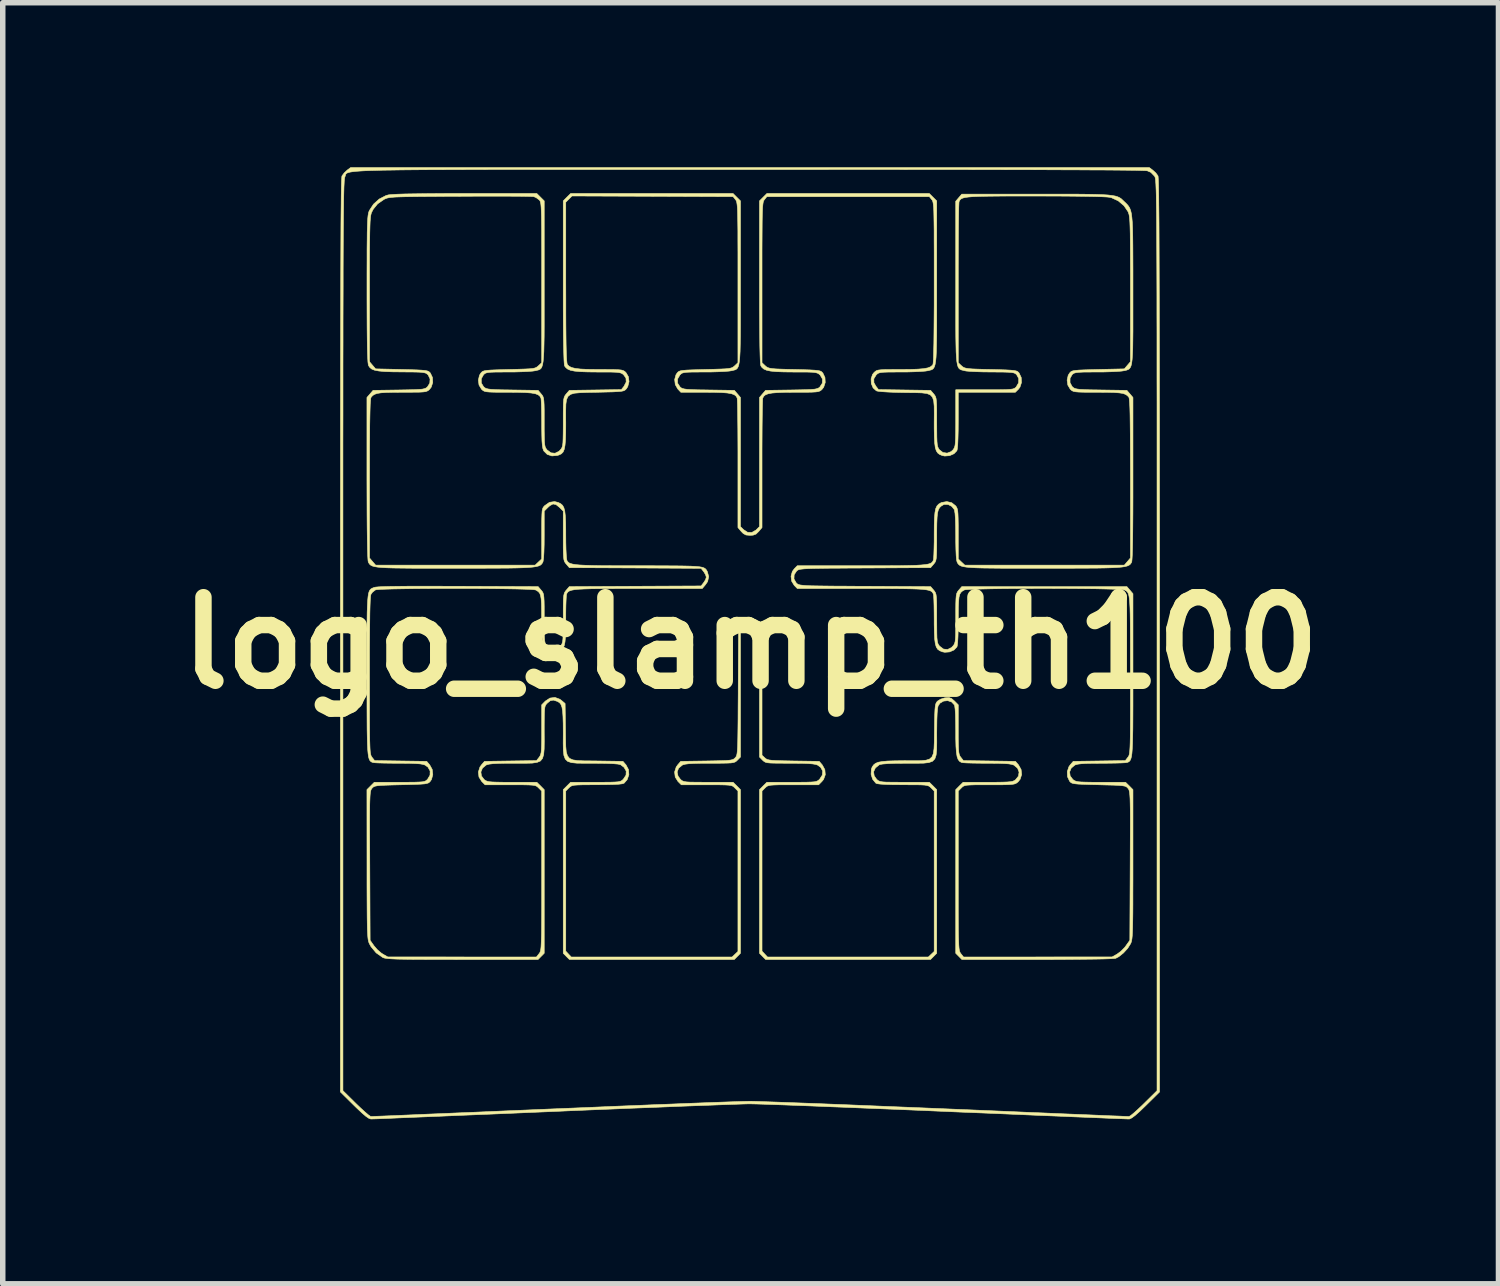
<source format=kicad_pcb>
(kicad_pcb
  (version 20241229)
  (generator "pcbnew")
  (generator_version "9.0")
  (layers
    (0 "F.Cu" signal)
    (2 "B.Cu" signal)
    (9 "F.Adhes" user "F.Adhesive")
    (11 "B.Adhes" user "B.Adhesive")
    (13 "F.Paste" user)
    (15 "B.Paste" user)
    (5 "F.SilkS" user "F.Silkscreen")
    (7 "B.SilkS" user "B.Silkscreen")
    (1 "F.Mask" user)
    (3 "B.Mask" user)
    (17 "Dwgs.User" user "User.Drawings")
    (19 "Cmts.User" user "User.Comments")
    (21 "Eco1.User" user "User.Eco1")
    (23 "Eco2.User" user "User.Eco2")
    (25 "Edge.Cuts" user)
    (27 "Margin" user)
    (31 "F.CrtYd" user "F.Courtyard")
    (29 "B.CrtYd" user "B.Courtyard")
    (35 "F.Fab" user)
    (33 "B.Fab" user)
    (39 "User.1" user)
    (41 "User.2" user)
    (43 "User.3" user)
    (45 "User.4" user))
  (footprint "logo_slamp_th100"
    (layer "F.Cu")
    (at 10.639 8.676)
    (property "Reference" "logo_slamp_th100" (at 0 0 0) (layer "F.SilkS") (effects (font (size 1.524 1.524) (thickness 0.3))))
    (attr through_hole)
    (fp_poly (pts (xy 7.335 -8.622) (xy 7.39 -8.572) (xy 7.429 -8.519) (xy 7.429 -8.518) (xy 7.432 -8.505) (xy 7.434 -8.473) (xy 7.437 -8.422) (xy 7.439 -8.351) (xy 7.441 -8.258) (xy 7.443 -8.143) (xy 7.444 -8.004) (xy 7.446 -7.841) (xy 7.448 -7.65) (xy 7.449 -7.433) (xy 7.45 -7.187) (xy 7.451 -6.911) (xy 7.452 -6.605) (xy 7.453 -6.266) (xy 7.454 -5.894) (xy 7.455 -5.488) (xy 7.456 -5.046) (xy 7.456 -4.567) (xy 7.457 -4.051) (xy 7.457 -3.495) (xy 7.457 -2.898) (xy 7.458 -2.261) (xy 7.458 -1.58) (xy 7.458 -0.856) (xy 7.458 -0.137) (xy 7.458 8.188) (xy 7.208 8.435) (xy 7.097 8.542) (xy 7.012 8.617) (xy 6.951 8.662) (xy 6.91 8.681) (xy 6.901 8.682) (xy 6.872 8.681) (xy 6.799 8.678) (xy 6.686 8.674) (xy 6.534 8.668) (xy 6.346 8.66) (xy 6.126 8.651) (xy 5.875 8.641) (xy 5.597 8.629) (xy 5.294 8.617) (xy 4.969 8.603) (xy 4.623 8.588) (xy 4.261 8.573) (xy 3.884 8.558) (xy 3.555 8.544) (xy 3.164 8.527) (xy 2.782 8.511) (xy 2.413 8.496) (xy 2.058 8.482) (xy 1.722 8.468) (xy 1.406 8.456) (xy 1.114 8.444) (xy 0.849 8.434) (xy 0.614 8.425) (xy 0.41 8.418) (xy 0.243 8.412) (xy 0.113 8.408) (xy 0.025 8.406) (xy -0.013 8.405) (xy -0.069 8.406) (xy -0.168 8.409) (xy -0.308 8.414) (xy -0.485 8.42) (xy -0.697 8.428) (xy -0.94 8.437) (xy -1.212 8.447) (xy -1.51 8.459) (xy -1.832 8.472) (xy -2.173 8.485) (xy -2.531 8.5) (xy -2.904 8.515) (xy -3.289 8.531) (xy -3.579 8.544) (xy -3.966 8.56) (xy -4.34 8.576) (xy -4.7 8.591) (xy -5.042 8.605) (xy -5.365 8.618) (xy -5.664 8.631) (xy -5.938 8.642) (xy -6.184 8.652) (xy -6.4 8.661) (xy -6.582 8.669) (xy -6.728 8.675) (xy -6.836 8.679) (xy -6.902 8.681) (xy -6.924 8.682) (xy -6.959 8.671) (xy -7.013 8.635) (xy -7.087 8.572) (xy -7.187 8.478) (xy -7.231 8.435) (xy -7.481 8.188) (xy -7.481 -0.133) (xy -7.435 -0.133) (xy -7.435 8.165) (xy -7.196 8.401) (xy -7.109 8.484) (xy -7.031 8.555) (xy -6.97 8.607) (xy -6.931 8.634) (xy -6.924 8.636) (xy -6.897 8.635) (xy -6.827 8.632) (xy -6.716 8.628) (xy -6.566 8.622) (xy -6.382 8.614) (xy -6.164 8.605) (xy -5.915 8.594) (xy -5.639 8.583) (xy -5.338 8.57) (xy -5.014 8.557) (xy -4.67 8.542) (xy -4.309 8.527) (xy -3.933 8.511) (xy -3.601 8.497) (xy -3.209 8.481) (xy -2.827 8.465) (xy -2.456 8.449) (xy -2.1 8.435) (xy -1.763 8.421) (xy -1.445 8.409) (xy -1.152 8.397) (xy -0.885 8.387) (xy -0.647 8.378) (xy -0.442 8.371) (xy -0.272 8.365) (xy -0.141 8.361) (xy -0.05 8.359) (xy -0.012 8.358) (xy 0.047 8.359) (xy 0.149 8.362) (xy 0.291 8.367) (xy 0.471 8.373) (xy 0.685 8.381) (xy 0.931 8.39) (xy 1.205 8.4) (xy 1.505 8.412) (xy 1.828 8.425) (xy 2.171 8.439) (xy 2.531 8.454) (xy 2.905 8.469) (xy 3.29 8.485) (xy 3.579 8.497) (xy 3.965 8.513) (xy 4.339 8.529) (xy 4.698 8.544) (xy 5.039 8.559) (xy 5.36 8.572) (xy 5.658 8.585) (xy 5.93 8.596) (xy 6.174 8.606) (xy 6.388 8.615) (xy 6.568 8.623) (xy 6.712 8.628) (xy 6.817 8.633) (xy 6.881 8.635) (xy 6.901 8.636) (xy 6.929 8.621) (xy 6.982 8.578) (xy 7.054 8.514) (xy 7.138 8.435) (xy 7.173 8.401) (xy 7.412 8.165) (xy 7.412 -0.137) (xy 7.412 -0.873) (xy 7.412 -1.564) (xy 7.412 -2.211) (xy 7.412 -2.817) (xy 7.412 -3.382) (xy 7.412 -3.908) (xy 7.412 -4.396) (xy 7.411 -4.848) (xy 7.411 -5.266) (xy 7.411 -5.65) (xy 7.41 -6.001) (xy 7.41 -6.323) (xy 7.409 -6.615) (xy 7.408 -6.879) (xy 7.407 -7.117) (xy 7.406 -7.33) (xy 7.405 -7.52) (xy 7.404 -7.688) (xy 7.403 -7.835) (xy 7.401 -7.962) (xy 7.399 -8.072) (xy 7.398 -8.166) (xy 7.396 -8.244) (xy 7.393 -8.309) (xy 7.391 -8.362) (xy 7.388 -8.404) (xy 7.386 -8.437) (xy 7.383 -8.462) (xy 7.38 -8.48) (xy 7.376 -8.494) (xy 7.372 -8.503) (xy 7.369 -8.511) (xy 7.367 -8.513) (xy 7.299 -8.583) (xy 7.234 -8.611) (xy 7.206 -8.614) (xy 7.141 -8.616) (xy 7.037 -8.619) (xy 6.896 -8.621) (xy 6.715 -8.623) (xy 6.495 -8.625) (xy 6.236 -8.626) (xy 5.936 -8.628) (xy 5.595 -8.629) (xy 5.213 -8.631) (xy 4.789 -8.632) (xy 4.322 -8.633) (xy 3.813 -8.634) (xy 3.261 -8.634) (xy 2.665 -8.635) (xy 2.025 -8.635) (xy 1.339 -8.636) (xy 0.609 -8.636) (xy -0.03 -8.636) (xy -0.719 -8.636) (xy -1.365 -8.636) (xy -1.967 -8.636) (xy -2.527 -8.636) (xy -3.047 -8.636) (xy -3.528 -8.636) (xy -3.973 -8.636) (xy -4.381 -8.635) (xy -4.756 -8.635) (xy -5.098 -8.634) (xy -5.408 -8.633) (xy -5.689 -8.632) (xy -5.942 -8.631) (xy -6.168 -8.629) (xy -6.369 -8.627) (xy -6.547 -8.624) (xy -6.702 -8.622) (xy -6.836 -8.618) (xy -6.952 -8.615) (xy -7.05 -8.611) (xy -7.131 -8.606) (xy -7.198 -8.601) (xy -7.252 -8.595) (xy -7.294 -8.589) (xy -7.326 -8.582) (xy -7.35 -8.574) (xy -7.366 -8.566) (xy -7.377 -8.557) (xy -7.383 -8.548) (xy -7.387 -8.537) (xy -7.39 -8.526) (xy -7.393 -8.514) (xy -7.399 -8.502) (xy -7.399 -8.5) (xy -7.402 -8.491) (xy -7.405 -8.475) (xy -7.408 -8.451) (xy -7.411 -8.418) (xy -7.413 -8.374) (xy -7.416 -8.318) (xy -7.418 -8.248) (xy -7.42 -8.163) (xy -7.422 -8.062) (xy -7.423 -7.943) (xy -7.425 -7.805) (xy -7.426 -7.646) (xy -7.428 -7.466) (xy -7.429 -7.262) (xy -7.43 -7.034) (xy -7.431 -6.779) (xy -7.431 -6.497) (xy -7.432 -6.186) (xy -7.433 -5.845) (xy -7.433 -5.472) (xy -7.434 -5.066) (xy -7.434 -4.625) (xy -7.434 -4.149) (xy -7.435 -3.636) (xy -7.435 -3.084) (xy -7.435 -2.492) (xy -7.435 -1.858) (xy -7.435 -1.182) (xy -7.435 -0.461) (xy -7.435 -0.133) (xy -7.481 -0.133) (xy -7.481 -0.137) (xy -7.481 -0.904) (xy -7.481 -1.625) (xy -7.481 -2.303) (xy -7.48 -2.938) (xy -7.48 -3.532) (xy -7.48 -4.085) (xy -7.479 -4.599) (xy -7.479 -5.076) (xy -7.478 -5.515) (xy -7.477 -5.919) (xy -7.476 -6.289) (xy -7.475 -6.626) (xy -7.474 -6.93) (xy -7.473 -7.204) (xy -7.472 -7.448) (xy -7.471 -7.664) (xy -7.469 -7.852) (xy -7.467 -8.014) (xy -7.466 -8.151) (xy -7.464 -8.265) (xy -7.462 -8.356) (xy -7.46 -8.426) (xy -7.457 -8.475) (xy -7.455 -8.506) (xy -7.452 -8.518) (xy -7.413 -8.571) (xy -7.359 -8.622) (xy -7.359 -8.622) (xy -7.293 -8.671) (xy 7.27 -8.671) (xy 7.335 -8.622)) (stroke (width 0.01) (type solid)) (fill yes) (layer "F.SilkS"))
    (fp_poly (pts (xy -3.764 -8.062) (xy -3.764 -6.576) (xy -3.764 -6.269) (xy -3.764 -6.005) (xy -3.764 -5.78) (xy -3.765 -5.592) (xy -3.768 -5.436) (xy -3.771 -5.31) (xy -3.777 -5.211) (xy -3.784 -5.134) (xy -3.794 -5.077) (xy -3.806 -5.037) (xy -3.821 -5.01) (xy -3.84 -4.992) (xy -3.862 -4.981) (xy -3.889 -4.974) (xy -3.919 -4.966) (xy -3.92 -4.966) (xy -3.972 -4.958) (xy -4.059 -4.951) (xy -4.174 -4.946) (xy -4.307 -4.942) (xy -4.415 -4.942) (xy -4.562 -4.941) (xy -4.67 -4.94) (xy -4.746 -4.937) (xy -4.797 -4.931) (xy -4.831 -4.922) (xy -4.853 -4.908) (xy -4.871 -4.891) (xy -4.912 -4.818) (xy -4.911 -4.741) (xy -4.869 -4.672) (xy -4.866 -4.67) (xy -4.846 -4.653) (xy -4.821 -4.641) (xy -4.785 -4.632) (xy -4.731 -4.625) (xy -4.653 -4.621) (xy -4.543 -4.617) (xy -4.396 -4.615) (xy -4.345 -4.614) (xy -3.875 -4.607) (xy -3.82 -4.542) (xy -3.8 -4.518) (xy -3.786 -4.493) (xy -3.776 -4.46) (xy -3.77 -4.412) (xy -3.766 -4.343) (xy -3.764 -4.244) (xy -3.764 -4.109) (xy -3.764 -4.029) (xy -3.764 -3.875) (xy -3.762 -3.759) (xy -3.76 -3.676) (xy -3.755 -3.619) (xy -3.747 -3.579) (xy -3.735 -3.552) (xy -3.718 -3.529) (xy -3.711 -3.52) (xy -3.641 -3.468) (xy -3.567 -3.46) (xy -3.494 -3.496) (xy -3.471 -3.52) (xy -3.452 -3.543) (xy -3.439 -3.568) (xy -3.429 -3.602) (xy -3.423 -3.652) (xy -3.42 -3.725) (xy -3.418 -3.827) (xy -3.417 -3.966) (xy -3.417 -4.029) (xy -3.417 -4.184) (xy -3.416 -4.299) (xy -3.414 -4.382) (xy -3.409 -4.44) (xy -3.4 -4.479) (xy -3.388 -4.507) (xy -3.372 -4.53) (xy -3.362 -4.542) (xy -3.306 -4.607) (xy -2.831 -4.614) (xy -2.357 -4.621) (xy -2.31 -4.68) (xy -2.269 -4.759) (xy -2.274 -4.832) (xy -2.316 -4.891) (xy -2.338 -4.909) (xy -2.363 -4.922) (xy -2.398 -4.931) (xy -2.452 -4.937) (xy -2.53 -4.94) (xy -2.641 -4.941) (xy -2.79 -4.941) (xy -2.969 -4.943) (xy -3.108 -4.948) (xy -3.212 -4.958) (xy -3.288 -4.974) (xy -3.34 -4.997) (xy -3.375 -5.028) (xy -3.393 -5.053) (xy -3.398 -5.084) (xy -3.403 -5.154) (xy -3.407 -5.265) (xy -3.411 -5.416) (xy -3.414 -5.61) (xy -3.416 -5.847) (xy -3.417 -6.127) (xy -3.417 -6.453) (xy -3.417 -6.581) (xy -3.417 -8.062) (xy -3.35 -8.13) (xy -3.282 -8.197) (xy -0.32 -8.197) (xy -0.185 -8.062) (xy -0.185 -6.576) (xy -0.185 -6.269) (xy -0.185 -6.005) (xy -0.185 -5.78) (xy -0.186 -5.592) (xy -0.189 -5.436) (xy -0.192 -5.31) (xy -0.198 -5.211) (xy -0.205 -5.134) (xy -0.215 -5.077) (xy -0.227 -5.037) (xy -0.242 -5.01) (xy -0.261 -4.992) (xy -0.283 -4.981) (xy -0.31 -4.974) (xy -0.34 -4.966) (xy -0.341 -4.966) (xy -0.393 -4.958) (xy -0.48 -4.951) (xy -0.595 -4.946) (xy -0.727 -4.942) (xy -0.833 -4.942) (xy -0.979 -4.941) (xy -1.086 -4.94) (xy -1.162 -4.937) (xy -1.212 -4.931) (xy -1.246 -4.922) (xy -1.268 -4.908) (xy -1.288 -4.889) (xy -1.289 -4.888) (xy -1.332 -4.815) (xy -1.332 -4.739) (xy -1.288 -4.671) (xy -1.287 -4.67) (xy -1.267 -4.653) (xy -1.242 -4.641) (xy -1.206 -4.632) (xy -1.152 -4.625) (xy -1.073 -4.621) (xy -0.964 -4.617) (xy -0.817 -4.615) (xy -0.766 -4.614) (xy -0.296 -4.607) (xy -0.24 -4.542) (xy -0.185 -4.477) (xy -0.185 -2.122) (xy -0.128 -2.066) (xy -0.054 -2.018) (xy 0.023 -2.016) (xy 0.098 -2.059) (xy 0.105 -2.066) (xy 0.162 -2.122) (xy 0.162 -4.477) (xy 0.217 -4.542) (xy 0.273 -4.607) (xy 0.743 -4.614) (xy 0.902 -4.617) (xy 1.022 -4.62) (xy 1.109 -4.624) (xy 1.169 -4.629) (xy 1.21 -4.638) (xy 1.238 -4.649) (xy 1.258 -4.664) (xy 1.264 -4.67) (xy 1.308 -4.738) (xy 1.31 -4.814) (xy 1.27 -4.884) (xy 1.263 -4.891) (xy 1.241 -4.909) (xy 1.216 -4.922) (xy 1.181 -4.931) (xy 1.127 -4.937) (xy 1.049 -4.94) (xy 0.938 -4.941) (xy 0.789 -4.941) (xy 0.61 -4.943) (xy 0.471 -4.948) (xy 0.367 -4.958) (xy 0.291 -4.974) (xy 0.239 -4.997) (xy 0.204 -5.028) (xy 0.187 -5.053) (xy 0.181 -5.084) (xy 0.176 -5.154) (xy 0.172 -5.265) (xy 0.168 -5.416) (xy 0.166 -5.61) (xy 0.164 -5.847) (xy 0.162 -6.127) (xy 0.162 -6.453) (xy 0.162 -6.581) (xy 0.162 -8.062) (xy 0.297 -8.197) (xy 3.259 -8.197) (xy 3.394 -8.062) (xy 3.394 -6.576) (xy 3.394 -6.269) (xy 3.394 -6.005) (xy 3.394 -5.78) (xy 3.393 -5.592) (xy 3.39 -5.436) (xy 3.387 -5.31) (xy 3.382 -5.211) (xy 3.374 -5.134) (xy 3.364 -5.077) (xy 3.352 -5.037) (xy 3.337 -5.01) (xy 3.318 -4.992) (xy 3.296 -4.981) (xy 3.269 -4.974) (xy 3.239 -4.966) (xy 3.238 -4.966) (xy 3.187 -4.958) (xy 3.099 -4.951) (xy 2.984 -4.946) (xy 2.852 -4.942) (xy 2.746 -4.942) (xy 2.6 -4.941) (xy 2.493 -4.94) (xy 2.417 -4.937) (xy 2.367 -4.931) (xy 2.334 -4.922) (xy 2.311 -4.908) (xy 2.291 -4.889) (xy 2.29 -4.888) (xy 2.247 -4.818) (xy 2.249 -4.746) (xy 2.287 -4.68) (xy 2.333 -4.621) (xy 2.808 -4.614) (xy 3.283 -4.607) (xy 3.339 -4.542) (xy 3.358 -4.518) (xy 3.372 -4.493) (xy 3.382 -4.46) (xy 3.388 -4.412) (xy 3.392 -4.342) (xy 3.394 -4.243) (xy 3.394 -4.108) (xy 3.394 -4.031) (xy 3.395 -3.876) (xy 3.396 -3.76) (xy 3.399 -3.676) (xy 3.404 -3.618) (xy 3.413 -3.578) (xy 3.425 -3.55) (xy 3.441 -3.526) (xy 3.442 -3.524) (xy 3.507 -3.474) (xy 3.584 -3.462) (xy 3.657 -3.49) (xy 3.693 -3.524) (xy 3.708 -3.547) (xy 3.72 -3.573) (xy 3.729 -3.609) (xy 3.734 -3.661) (xy 3.738 -3.737) (xy 3.74 -3.841) (xy 3.741 -3.981) (xy 3.741 -4.102) (xy 3.741 -4.618) (xy 4.268 -4.618) (xy 4.437 -4.618) (xy 4.566 -4.619) (xy 4.661 -4.621) (xy 4.728 -4.625) (xy 4.774 -4.631) (xy 4.804 -4.64) (xy 4.825 -4.652) (xy 4.842 -4.668) (xy 4.845 -4.672) (xy 4.887 -4.744) (xy 4.89 -4.822) (xy 4.852 -4.892) (xy 4.849 -4.895) (xy 4.829 -4.912) (xy 4.804 -4.924) (xy 4.765 -4.932) (xy 4.706 -4.937) (xy 4.62 -4.94) (xy 4.5 -4.941) (xy 4.393 -4.942) (xy 4.253 -4.943) (xy 4.124 -4.947) (xy 4.014 -4.952) (xy 3.934 -4.959) (xy 3.897 -4.966) (xy 3.867 -4.974) (xy 3.84 -4.981) (xy 3.818 -4.992) (xy 3.799 -5.009) (xy 3.783 -5.036) (xy 3.771 -5.076) (xy 3.761 -5.132) (xy 3.754 -5.208) (xy 3.748 -5.307) (xy 3.745 -5.432) (xy 3.742 -5.587) (xy 3.741 -5.774) (xy 3.741 -5.998) (xy 3.741 -6.261) (xy 3.741 -6.567) (xy 3.741 -8.056) (xy 3.796 -8.121) (xy 3.852 -8.186) (xy 5.211 -8.186) (xy 5.507 -8.186) (xy 5.76 -8.185) (xy 5.974 -8.185) (xy 6.153 -8.183) (xy 6.301 -8.18) (xy 6.421 -8.176) (xy 6.516 -8.17) (xy 6.591 -8.161) (xy 6.649 -8.151) (xy 6.694 -8.137) (xy 6.729 -8.121) (xy 6.758 -8.102) (xy 6.784 -8.078) (xy 6.811 -8.052) (xy 6.844 -8.021) (xy 6.872 -7.992) (xy 6.895 -7.963) (xy 6.915 -7.928) (xy 6.931 -7.886) (xy 6.944 -7.831) (xy 6.953 -7.761) (xy 6.961 -7.672) (xy 6.966 -7.559) (xy 6.969 -7.42) (xy 6.971 -7.25) (xy 6.972 -7.046) (xy 6.973 -6.804) (xy 6.973 -6.521) (xy 6.973 -6.442) (xy 6.973 -6.149) (xy 6.973 -5.899) (xy 6.973 -5.688) (xy 6.971 -5.514) (xy 6.969 -5.371) (xy 6.964 -5.257) (xy 6.958 -5.169) (xy 6.949 -5.102) (xy 6.938 -5.054) (xy 6.923 -5.021) (xy 6.905 -4.999) (xy 6.884 -4.986) (xy 6.858 -4.976) (xy 6.827 -4.968) (xy 6.817 -4.966) (xy 6.766 -4.958) (xy 6.678 -4.951) (xy 6.563 -4.946) (xy 6.431 -4.942) (xy 6.321 -4.942) (xy 6.173 -4.941) (xy 6.064 -4.94) (xy 5.987 -4.936) (xy 5.936 -4.93) (xy 5.902 -4.921) (xy 5.878 -4.907) (xy 5.865 -4.895) (xy 5.826 -4.827) (xy 5.825 -4.749) (xy 5.862 -4.679) (xy 5.871 -4.67) (xy 5.891 -4.653) (xy 5.916 -4.641) (xy 5.952 -4.632) (xy 6.006 -4.625) (xy 6.085 -4.621) (xy 6.194 -4.617) (xy 6.341 -4.615) (xy 6.392 -4.614) (xy 6.862 -4.607) (xy 6.918 -4.542) (xy 6.973 -4.477) (xy 6.973 -2.999) (xy 6.973 -2.657) (xy 6.972 -2.361) (xy 6.97 -2.109) (xy 6.968 -1.9) (xy 6.965 -1.734) (xy 6.961 -1.609) (xy 6.956 -1.525) (xy 6.951 -1.481) (xy 6.949 -1.474) (xy 6.936 -1.452) (xy 6.921 -1.433) (xy 6.899 -1.417) (xy 6.869 -1.404) (xy 6.826 -1.393) (xy 6.768 -1.384) (xy 6.689 -1.377) (xy 6.589 -1.372) (xy 6.461 -1.368) (xy 6.305 -1.365) (xy 6.115 -1.364) (xy 5.889 -1.363) (xy 5.624 -1.362) (xy 5.345 -1.362) (xy 5.043 -1.362) (xy 4.784 -1.363) (xy 4.564 -1.363) (xy 4.38 -1.365) (xy 4.229 -1.367) (xy 4.107 -1.371) (xy 4.01 -1.376) (xy 3.936 -1.383) (xy 3.88 -1.392) (xy 3.84 -1.403) (xy 3.812 -1.417) (xy 3.793 -1.433) (xy 3.778 -1.452) (xy 3.766 -1.475) (xy 3.765 -1.477) (xy 3.756 -1.515) (xy 3.749 -1.593) (xy 3.744 -1.703) (xy 3.741 -1.839) (xy 3.741 -1.949) (xy 3.739 -2.12) (xy 3.735 -2.259) (xy 3.728 -2.361) (xy 3.718 -2.423) (xy 3.715 -2.433) (xy 3.669 -2.491) (xy 3.603 -2.525) (xy 3.535 -2.527) (xy 3.513 -2.519) (xy 3.474 -2.495) (xy 3.445 -2.467) (xy 3.424 -2.428) (xy 3.409 -2.371) (xy 3.401 -2.291) (xy 3.396 -2.18) (xy 3.394 -2.033) (xy 3.394 -1.947) (xy 3.394 -1.794) (xy 3.393 -1.679) (xy 3.39 -1.597) (xy 3.385 -1.54) (xy 3.377 -1.501) (xy 3.365 -1.473) (xy 3.348 -1.45) (xy 3.339 -1.439) (xy 3.283 -1.374) (xy 2.087 -1.367) (xy 1.821 -1.366) (xy 1.598 -1.364) (xy 1.413 -1.363) (xy 1.263 -1.361) (xy 1.144 -1.359) (xy 1.051 -1.356) (xy 0.981 -1.352) (xy 0.931 -1.347) (xy 0.895 -1.342) (xy 0.871 -1.334) (xy 0.855 -1.326) (xy 0.842 -1.315) (xy 0.838 -1.311) (xy 0.794 -1.243) (xy 0.791 -1.167) (xy 0.831 -1.097) (xy 0.838 -1.09) (xy 0.85 -1.079) (xy 0.865 -1.07) (xy 0.886 -1.062) (xy 0.916 -1.056) (xy 0.961 -1.051) (xy 1.023 -1.046) (xy 1.106 -1.043) (xy 1.215 -1.041) (xy 1.354 -1.039) (xy 1.525 -1.037) (xy 1.733 -1.036) (xy 1.982 -1.034) (xy 2.087 -1.034) (xy 3.283 -1.028) (xy 3.339 -0.963) (xy 3.358 -0.939) (xy 3.372 -0.914) (xy 3.382 -0.881) (xy 3.388 -0.833) (xy 3.392 -0.764) (xy 3.394 -0.665) (xy 3.394 -0.53) (xy 3.394 -0.45) (xy 3.395 -0.296) (xy 3.396 -0.18) (xy 3.398 -0.097) (xy 3.404 -0.039) (xy 3.412 -0.000294) (xy 3.424 0.027) (xy 3.44 0.05) (xy 3.448 0.059) (xy 3.517 0.111) (xy 3.592 0.119) (xy 3.664 0.083) (xy 3.687 0.059) (xy 3.706 0.036) (xy 3.719 0.011) (xy 3.729 -0.023) (xy 3.735 -0.073) (xy 3.739 -0.146) (xy 3.74 -0.248) (xy 3.741 -0.387) (xy 3.741 -0.45) (xy 3.741 -0.605) (xy 3.742 -0.72) (xy 3.745 -0.803) (xy 3.75 -0.86) (xy 3.758 -0.9) (xy 3.77 -0.928) (xy 3.786 -0.951) (xy 3.796 -0.963) (xy 3.852 -1.028) (xy 6.862 -1.028) (xy 6.918 -0.963) (xy 6.973 -0.898) (xy 6.973 0.568) (xy 6.973 0.876) (xy 6.973 1.14) (xy 6.972 1.365) (xy 6.971 1.554) (xy 6.968 1.71) (xy 6.965 1.836) (xy 6.96 1.936) (xy 6.954 2.013) (xy 6.946 2.07) (xy 6.935 2.111) (xy 6.923 2.139) (xy 6.908 2.158) (xy 6.891 2.17) (xy 6.871 2.178) (xy 6.869 2.179) (xy 6.834 2.184) (xy 6.762 2.188) (xy 6.66 2.191) (xy 6.535 2.193) (xy 6.405 2.194) (xy 6.241 2.195) (xy 6.117 2.197) (xy 6.027 2.203) (xy 5.964 2.211) (xy 5.922 2.223) (xy 5.913 2.227) (xy 5.847 2.282) (xy 5.818 2.352) (xy 5.828 2.425) (xy 5.877 2.49) (xy 5.88 2.492) (xy 5.904 2.509) (xy 5.932 2.521) (xy 5.971 2.53) (xy 6.028 2.535) (xy 6.11 2.538) (xy 6.223 2.54) (xy 6.376 2.54) (xy 6.39 2.54) (xy 6.838 2.54) (xy 6.906 2.607) (xy 6.973 2.675) (xy 6.973 4.033) (xy 6.973 4.319) (xy 6.972 4.563) (xy 6.972 4.768) (xy 6.971 4.937) (xy 6.969 5.076) (xy 6.967 5.186) (xy 6.964 5.273) (xy 6.96 5.34) (xy 6.955 5.39) (xy 6.949 5.427) (xy 6.942 5.455) (xy 6.933 5.478) (xy 6.93 5.484) (xy 6.877 5.569) (xy 6.8 5.653) (xy 6.715 5.721) (xy 6.658 5.751) (xy 6.624 5.755) (xy 6.547 5.759) (xy 6.432 5.763) (xy 6.281 5.766) (xy 6.098 5.768) (xy 5.886 5.77) (xy 5.65 5.772) (xy 5.393 5.773) (xy 5.228 5.773) (xy 3.854 5.773) (xy 3.741 5.659) (xy 3.741 2.675) (xy 3.808 2.607) (xy 3.876 2.54) (xy 4.325 2.54) (xy 4.48 2.54) (xy 4.597 2.538) (xy 4.681 2.535) (xy 4.74 2.53) (xy 4.78 2.522) (xy 4.809 2.51) (xy 4.833 2.494) (xy 4.834 2.492) (xy 4.885 2.428) (xy 4.896 2.355) (xy 4.869 2.284) (xy 4.804 2.229) (xy 4.801 2.227) (xy 4.765 2.215) (xy 4.71 2.205) (xy 4.629 2.199) (xy 4.516 2.195) (xy 4.365 2.194) (xy 4.309 2.194) (xy 4.172 2.193) (xy 4.048 2.191) (xy 3.947 2.188) (xy 3.877 2.184) (xy 3.846 2.179) (xy 3.811 2.159) (xy 3.785 2.126) (xy 3.766 2.074) (xy 3.753 1.996) (xy 3.745 1.888) (xy 3.741 1.744) (xy 3.741 1.604) (xy 3.739 1.446) (xy 3.736 1.313) (xy 3.73 1.212) (xy 3.722 1.147) (xy 3.716 1.129) (xy 3.665 1.075) (xy 3.594 1.052) (xy 3.519 1.06) (xy 3.454 1.098) (xy 3.42 1.146) (xy 3.41 1.193) (xy 3.402 1.282) (xy 3.397 1.411) (xy 3.395 1.573) (xy 3.394 1.642) (xy 3.395 1.815) (xy 3.393 1.948) (xy 3.383 2.045) (xy 3.36 2.113) (xy 3.318 2.157) (xy 3.252 2.181) (xy 3.156 2.192) (xy 3.026 2.194) (xy 2.855 2.194) (xy 2.84 2.194) (xy 2.652 2.195) (xy 2.508 2.2) (xy 2.408 2.208) (xy 2.353 2.218) (xy 2.348 2.22) (xy 2.275 2.279) (xy 2.243 2.349) (xy 2.254 2.423) (xy 2.296 2.483) (xy 2.317 2.503) (xy 2.339 2.517) (xy 2.369 2.527) (xy 2.414 2.534) (xy 2.48 2.538) (xy 2.575 2.539) (xy 2.705 2.54) (xy 2.806 2.54) (xy 3.259 2.54) (xy 3.327 2.607) (xy 3.394 2.675) (xy 3.394 5.659) (xy 3.281 5.773) (xy 0.275 5.773) (xy 0.162 5.659) (xy 0.162 2.675) (xy 0.229 2.607) (xy 0.297 2.54) (xy 0.75 2.54) (xy 0.905 2.54) (xy 1.021 2.539) (xy 1.104 2.536) (xy 1.162 2.532) (xy 1.2 2.524) (xy 1.226 2.512) (xy 1.247 2.496) (xy 1.26 2.483) (xy 1.308 2.409) (xy 1.314 2.334) (xy 1.277 2.267) (xy 1.222 2.227) (xy 1.187 2.215) (xy 1.133 2.206) (xy 1.053 2.199) (xy 0.943 2.195) (xy 0.795 2.194) (xy 0.716 2.194) (xy 0.563 2.193) (xy 0.449 2.192) (xy 0.368 2.19) (xy 0.312 2.185) (xy 0.275 2.177) (xy 0.25 2.164) (xy 0.229 2.148) (xy 0.218 2.137) (xy 0.162 2.08) (xy 0.162 -0.281) (xy 0.094 -0.348) (xy 0.03 -0.4) (xy -0.025 -0.411) (xy -0.082 -0.38) (xy -0.117 -0.348) (xy -0.185 -0.281) (xy -0.185 2.08) (xy -0.241 2.137) (xy -0.262 2.157) (xy -0.284 2.171) (xy -0.315 2.181) (xy -0.36 2.188) (xy -0.428 2.191) (xy -0.524 2.193) (xy -0.657 2.194) (xy -0.739 2.194) (xy -0.905 2.194) (xy -1.032 2.197) (xy -1.124 2.202) (xy -1.189 2.21) (xy -1.232 2.221) (xy -1.245 2.227) (xy -1.313 2.283) (xy -1.34 2.353) (xy -1.323 2.428) (xy -1.283 2.483) (xy -1.262 2.503) (xy -1.24 2.517) (xy -1.21 2.527) (xy -1.166 2.534) (xy -1.099 2.538) (xy -1.004 2.539) (xy -0.874 2.54) (xy -0.773 2.54) (xy -0.32 2.54) (xy -0.252 2.607) (xy -0.185 2.675) (xy -0.185 5.659) (xy -0.298 5.773) (xy -3.304 5.773) (xy -3.361 5.716) (xy -3.417 5.659) (xy -3.417 2.675) (xy -3.282 2.54) (xy -2.829 2.54) (xy -2.674 2.54) (xy -2.558 2.539) (xy -2.475 2.536) (xy -2.418 2.532) (xy -2.379 2.524) (xy -2.353 2.512) (xy -2.333 2.496) (xy -2.32 2.483) (xy -2.272 2.41) (xy -2.269 2.336) (xy -2.308 2.268) (xy -2.371 2.22) (xy -2.418 2.209) (xy -2.51 2.201) (xy -2.646 2.196) (xy -2.827 2.194) (xy -2.863 2.194) (xy -3.037 2.194) (xy -3.17 2.192) (xy -3.268 2.182) (xy -3.337 2.159) (xy -3.38 2.117) (xy -3.405 2.052) (xy -3.416 1.956) (xy -3.418 1.827) (xy -3.417 1.657) (xy -3.417 1.642) (xy -3.418 1.469) (xy -3.422 1.338) (xy -3.429 1.24) (xy -3.441 1.17) (xy -3.459 1.122) (xy -3.484 1.09) (xy -3.517 1.069) (xy -3.525 1.065) (xy -3.597 1.042) (xy -3.654 1.053) (xy -3.707 1.096) (xy -3.726 1.116) (xy -3.741 1.138) (xy -3.751 1.167) (xy -3.757 1.211) (xy -3.761 1.277) (xy -3.763 1.37) (xy -3.764 1.498) (xy -3.764 1.616) (xy -3.763 1.794) (xy -3.765 1.932) (xy -3.774 2.034) (xy -3.795 2.105) (xy -3.833 2.152) (xy -3.895 2.178) (xy -3.983 2.191) (xy -4.104 2.194) (xy -4.263 2.194) (xy -4.318 2.194) (xy -4.484 2.194) (xy -4.611 2.197) (xy -4.703 2.202) (xy -4.768 2.21) (xy -4.811 2.221) (xy -4.824 2.227) (xy -4.89 2.282) (xy -4.919 2.352) (xy -4.909 2.425) (xy -4.86 2.49) (xy -4.858 2.492) (xy -4.834 2.509) (xy -4.806 2.521) (xy -4.767 2.53) (xy -4.71 2.535) (xy -4.628 2.538) (xy -4.514 2.54) (xy -4.361 2.54) (xy -4.348 2.54) (xy -3.899 2.54) (xy -3.831 2.607) (xy -3.764 2.675) (xy -3.764 5.659) (xy -3.877 5.773) (xy -5.258 5.773) (xy -5.549 5.772) (xy -5.798 5.772) (xy -6.008 5.771) (xy -6.182 5.77) (xy -6.324 5.768) (xy -6.437 5.766) (xy -6.526 5.762) (xy -6.593 5.758) (xy -6.641 5.753) (xy -6.676 5.747) (xy -6.699 5.74) (xy -6.708 5.736) (xy -6.829 5.651) (xy -6.923 5.538) (xy -6.953 5.484) (xy -6.962 5.462) (xy -6.969 5.437) (xy -6.976 5.404) (xy -6.981 5.359) (xy -6.985 5.3) (xy -6.989 5.221) (xy -6.991 5.121) (xy -6.993 4.994) (xy -6.994 4.837) (xy -6.995 4.647) (xy -6.996 4.419) (xy -6.996 4.15) (xy -6.996 4.033) (xy -6.997 2.675) (xy -6.862 2.54) (xy -6.402 2.54) (xy -6.245 2.54) (xy -6.128 2.539) (xy -6.044 2.536) (xy -5.986 2.532) (xy -5.947 2.524) (xy -5.922 2.513) (xy -5.903 2.497) (xy -5.892 2.487) (xy -5.847 2.411) (xy -5.845 2.334) (xy -5.884 2.265) (xy -5.936 2.227) (xy -5.972 2.215) (xy -6.028 2.205) (xy -6.109 2.199) (xy -6.222 2.195) (xy -6.372 2.194) (xy -6.428 2.194) (xy -6.566 2.193) (xy -6.689 2.191) (xy -6.79 2.188) (xy -6.86 2.184) (xy -6.892 2.179) (xy -6.912 2.171) (xy -6.93 2.159) (xy -6.945 2.141) (xy -6.957 2.115) (xy -6.968 2.075) (xy -6.976 2.019) (xy -6.983 1.944) (xy -6.988 1.846) (xy -6.991 1.722) (xy -6.994 1.569) (xy -6.995 1.384) (xy -6.996 1.162) (xy -6.996 0.901) (xy -6.997 0.597) (xy -6.997 0.572) (xy -6.997 0.269) (xy -6.996 0.009) (xy -6.996 -0.212) (xy -6.995 -0.397) (xy -6.993 -0.549) (xy -6.989 -0.672) (xy -6.984 -0.769) (xy -6.977 -0.844) (xy -6.969 -0.899) (xy -6.957 -0.938) (xy -6.943 -0.965) (xy -6.927 -0.983) (xy -6.907 -0.996) (xy -6.883 -1.006) (xy -6.864 -1.013) (xy -6.836 -1.019) (xy -6.78 -1.024) (xy -6.694 -1.028) (xy -6.576 -1.031) (xy -6.423 -1.033) (xy -6.234 -1.035) (xy -6.006 -1.035) (xy -5.737 -1.035) (xy -5.425 -1.034) (xy -5.338 -1.034) (xy -3.875 -1.028) (xy -3.82 -0.963) (xy -3.8 -0.939) (xy -3.786 -0.914) (xy -3.776 -0.881) (xy -3.77 -0.833) (xy -3.766 -0.764) (xy -3.764 -0.665) (xy -3.764 -0.53) (xy -3.764 -0.45) (xy -3.764 -0.296) (xy -3.762 -0.18) (xy -3.76 -0.097) (xy -3.755 -0.039) (xy -3.747 -0.000294) (xy -3.735 0.027) (xy -3.718 0.05) (xy -3.711 0.059) (xy -3.642 0.111) (xy -3.591 0.121) (xy -3.516 0.099) (xy -3.471 0.059) (xy -3.452 0.036) (xy -3.439 0.011) (xy -3.429 -0.023) (xy -3.423 -0.073) (xy -3.42 -0.146) (xy -3.418 -0.248) (xy -3.417 -0.387) (xy -3.417 -0.45) (xy -3.417 -0.605) (xy -3.416 -0.72) (xy -3.414 -0.803) (xy -3.409 -0.86) (xy -3.4 -0.9) (xy -3.388 -0.928) (xy -3.372 -0.951) (xy -3.362 -0.963) (xy -3.306 -1.028) (xy -2.104 -1.034) (xy -0.903 -1.04) (xy -0.856 -1.101) (xy -0.822 -1.154) (xy -0.808 -1.2) (xy -0.808 -1.201) (xy -0.822 -1.246) (xy -0.855 -1.3) (xy -0.856 -1.301) (xy -0.903 -1.361) (xy -2.104 -1.368) (xy -3.306 -1.374) (xy -3.362 -1.439) (xy -3.381 -1.462) (xy -3.395 -1.487) (xy -3.405 -1.52) (xy -3.411 -1.568) (xy -3.415 -1.637) (xy -3.417 -1.735) (xy -3.417 -1.869) (xy -3.417 -1.954) (xy -3.417 -2.405) (xy -3.485 -2.473) (xy -3.549 -2.524) (xy -3.604 -2.535) (xy -3.661 -2.504) (xy -3.696 -2.473) (xy -3.764 -2.405) (xy -3.764 -1.963) (xy -3.765 -1.796) (xy -3.769 -1.659) (xy -3.775 -1.556) (xy -3.784 -1.491) (xy -3.789 -1.474) (xy -3.802 -1.452) (xy -3.817 -1.433) (xy -3.838 -1.417) (xy -3.868 -1.404) (xy -3.911 -1.393) (xy -3.97 -1.384) (xy -4.048 -1.377) (xy -4.149 -1.372) (xy -4.276 -1.368) (xy -4.432 -1.365) (xy -4.622 -1.364) (xy -4.848 -1.363) (xy -5.113 -1.362) (xy -5.392 -1.362) (xy -5.694 -1.362) (xy -5.953 -1.363) (xy -6.173 -1.363) (xy -6.357 -1.365) (xy -6.508 -1.367) (xy -6.631 -1.371) (xy -6.727 -1.376) (xy -6.801 -1.383) (xy -6.857 -1.392) (xy -6.897 -1.403) (xy -6.925 -1.417) (xy -6.945 -1.433) (xy -6.959 -1.452) (xy -6.972 -1.475) (xy -6.973 -1.477) (xy -6.978 -1.51) (xy -6.983 -1.59) (xy -6.987 -1.714) (xy -6.99 -1.884) (xy -6.993 -2.096) (xy -6.995 -2.353) (xy -6.996 -2.652) (xy -6.997 -2.993) (xy -6.997 -4.477) (xy -6.941 -4.542) (xy -6.885 -4.607) (xy -6.416 -4.614) (xy -6.256 -4.617) (xy -6.136 -4.62) (xy -6.049 -4.624) (xy -5.989 -4.629) (xy -5.948 -4.638) (xy -5.921 -4.649) (xy -5.9 -4.664) (xy -5.894 -4.67) (xy -5.851 -4.738) (xy -5.846 -4.815) (xy -5.88 -4.886) (xy -5.888 -4.895) (xy -5.908 -4.912) (xy -5.933 -4.924) (xy -5.972 -4.932) (xy -6.03 -4.938) (xy -6.115 -4.941) (xy -6.234 -4.942) (xy -6.356 -4.943) (xy -6.536 -4.945) (xy -6.677 -4.95) (xy -6.782 -4.96) (xy -6.859 -4.975) (xy -6.912 -4.997) (xy -6.947 -5.027) (xy -6.967 -5.057) (xy -6.973 -5.08) (xy -6.979 -5.124) (xy -6.983 -5.192) (xy -6.987 -5.287) (xy -6.99 -5.411) (xy -6.992 -5.568) (xy -6.994 -5.761) (xy -6.995 -5.991) (xy -6.996 -6.264) (xy -6.996 -6.444) (xy -6.95 -6.444) (xy -6.95 -5.129) (xy -6.839 -4.999) (xy -6.361 -4.988) (xy -6.201 -4.984) (xy -6.081 -4.98) (xy -5.994 -4.975) (xy -5.934 -4.969) (xy -5.895 -4.961) (xy -5.869 -4.95) (xy -5.851 -4.935) (xy -5.84 -4.922) (xy -5.802 -4.842) (xy -5.797 -4.75) (xy -5.825 -4.665) (xy -5.852 -4.629) (xy -5.873 -4.609) (xy -5.896 -4.595) (xy -5.926 -4.584) (xy -5.971 -4.578) (xy -6.039 -4.574) (xy -6.135 -4.573) (xy -6.268 -4.572) (xy -6.35 -4.572) (xy -6.518 -4.571) (xy -6.646 -4.568) (xy -6.741 -4.562) (xy -6.809 -4.551) (xy -6.857 -4.535) (xy -6.892 -4.513) (xy -6.919 -4.483) (xy -6.921 -4.482) (xy -6.927 -4.463) (xy -6.932 -4.421) (xy -6.937 -4.353) (xy -6.94 -4.258) (xy -6.943 -4.132) (xy -6.946 -3.972) (xy -6.947 -3.776) (xy -6.949 -3.542) (xy -6.949 -3.266) (xy -6.95 -2.997) (xy -6.95 -1.55) (xy -6.895 -1.485) (xy -6.839 -1.42) (xy -3.929 -1.42) (xy -3.87 -1.476) (xy -3.81 -1.532) (xy -3.81 -1.991) (xy -3.81 -2.147) (xy -3.809 -2.264) (xy -3.806 -2.349) (xy -3.802 -2.407) (xy -3.794 -2.446) (xy -3.783 -2.472) (xy -3.767 -2.492) (xy -3.754 -2.505) (xy -3.668 -2.565) (xy -3.575 -2.579) (xy -3.508 -2.562) (xy -3.464 -2.54) (xy -3.43 -2.511) (xy -3.406 -2.468) (xy -3.389 -2.405) (xy -3.379 -2.317) (xy -3.373 -2.197) (xy -3.371 -2.04) (xy -3.371 -1.974) (xy -3.37 -1.835) (xy -3.367 -1.71) (xy -3.362 -1.608) (xy -3.356 -1.535) (xy -3.349 -1.502) (xy -3.335 -1.482) (xy -3.317 -1.464) (xy -3.289 -1.45) (xy -3.248 -1.439) (xy -3.191 -1.429) (xy -3.113 -1.422) (xy -3.011 -1.417) (xy -2.881 -1.413) (xy -2.72 -1.41) (xy -2.523 -1.409) (xy -2.287 -1.408) (xy -2.034 -1.408) (xy -1.77 -1.408) (xy -1.548 -1.407) (xy -1.364 -1.406) (xy -1.215 -1.404) (xy -1.096 -1.401) (xy -1.004 -1.396) (xy -0.935 -1.39) (xy -0.885 -1.381) (xy -0.85 -1.369) (xy -0.827 -1.355) (xy -0.81 -1.337) (xy -0.797 -1.316) (xy -0.789 -1.3) (xy -0.764 -1.21) (xy -0.784 -1.12) (xy -0.822 -1.064) (xy -0.882 -0.993) (xy -2.047 -0.993) (xy -2.321 -0.993) (xy -2.553 -0.992) (xy -2.746 -0.991) (xy -2.905 -0.989) (xy -3.031 -0.985) (xy -3.131 -0.98) (xy -3.206 -0.973) (xy -3.261 -0.963) (xy -3.299 -0.951) (xy -3.325 -0.937) (xy -3.342 -0.919) (xy -3.353 -0.898) (xy -3.357 -0.888) (xy -3.361 -0.854) (xy -3.365 -0.781) (xy -3.369 -0.679) (xy -3.371 -0.555) (xy -3.371 -0.424) (xy -3.372 -0.251) (xy -3.376 -0.118) (xy -3.385 -0.019) (xy -3.4 0.051) (xy -3.423 0.099) (xy -3.455 0.131) (xy -3.498 0.153) (xy -3.529 0.163) (xy -3.598 0.178) (xy -3.654 0.169) (xy -3.692 0.152) (xy -3.749 0.109) (xy -3.786 0.059) (xy -3.788 0.055) (xy -3.795 0.014) (xy -3.801 -0.065) (xy -3.806 -0.173) (xy -3.809 -0.301) (xy -3.811 -0.434) (xy -3.812 -0.595) (xy -3.814 -0.715) (xy -3.82 -0.803) (xy -3.83 -0.864) (xy -3.846 -0.906) (xy -3.87 -0.935) (xy -3.902 -0.957) (xy -3.918 -0.966) (xy -3.952 -0.972) (xy -4.026 -0.977) (xy -4.137 -0.981) (xy -4.28 -0.985) (xy -4.449 -0.988) (xy -4.639 -0.991) (xy -4.847 -0.993) (xy -5.066 -0.994) (xy -5.292 -0.994) (xy -5.519 -0.994) (xy -5.744 -0.994) (xy -5.961 -0.993) (xy -6.165 -0.991) (xy -6.351 -0.988) (xy -6.515 -0.985) (xy -6.651 -0.981) (xy -6.755 -0.977) (xy -6.821 -0.972) (xy -6.843 -0.967) (xy -6.896 -0.926) (xy -6.925 -0.885) (xy -6.931 -0.854) (xy -6.936 -0.787) (xy -6.94 -0.683) (xy -6.944 -0.54) (xy -6.946 -0.358) (xy -6.948 -0.134) (xy -6.95 0.133) (xy -6.95 0.444) (xy -6.95 0.598) (xy -6.95 0.89) (xy -6.95 1.14) (xy -6.95 1.35) (xy -6.949 1.525) (xy -6.948 1.668) (xy -6.946 1.782) (xy -6.943 1.872) (xy -6.94 1.939) (xy -6.936 1.989) (xy -6.93 2.025) (xy -6.924 2.05) (xy -6.916 2.067) (xy -6.907 2.081) (xy -6.904 2.085) (xy -6.857 2.145) (xy -6.382 2.152) (xy -5.907 2.159) (xy -5.852 2.224) (xy -5.807 2.306) (xy -5.796 2.4) (xy -5.819 2.488) (xy -5.84 2.52) (xy -5.856 2.538) (xy -5.875 2.552) (xy -5.904 2.562) (xy -5.948 2.57) (xy -6.014 2.575) (xy -6.109 2.579) (xy -6.239 2.583) (xy -6.373 2.586) (xy -6.535 2.59) (xy -6.658 2.594) (xy -6.746 2.598) (xy -6.808 2.604) (xy -6.849 2.612) (xy -6.875 2.623) (xy -6.893 2.637) (xy -6.907 2.653) (xy -6.916 2.666) (xy -6.924 2.682) (xy -6.931 2.706) (xy -6.936 2.74) (xy -6.94 2.788) (xy -6.943 2.854) (xy -6.946 2.942) (xy -6.947 3.054) (xy -6.948 3.196) (xy -6.948 3.37) (xy -6.947 3.579) (xy -6.946 3.829) (xy -6.945 4.065) (xy -6.939 5.422) (xy -6.869 5.522) (xy -6.808 5.593) (xy -6.736 5.655) (xy -6.707 5.674) (xy -6.616 5.726) (xy -3.906 5.727) (xy -3.858 5.666) (xy -3.848 5.653) (xy -3.84 5.637) (xy -3.833 5.616) (xy -3.827 5.586) (xy -3.822 5.543) (xy -3.819 5.484) (xy -3.816 5.405) (xy -3.813 5.303) (xy -3.812 5.175) (xy -3.811 5.016) (xy -3.81 4.824) (xy -3.81 4.594) (xy -3.81 4.324) (xy -3.81 4.152) (xy -3.81 2.7) (xy -3.867 2.643) (xy -3.887 2.624) (xy -3.909 2.609) (xy -3.938 2.599) (xy -3.983 2.593) (xy -4.049 2.589) (xy -4.142 2.587) (xy -4.271 2.586) (xy -4.383 2.586) (xy -4.843 2.586) (xy -4.904 2.525) (xy -4.954 2.445) (xy -4.965 2.353) (xy -4.936 2.262) (xy -4.909 2.224) (xy -4.853 2.159) (xy -4.378 2.152) (xy -3.904 2.145) (xy -3.857 2.085) (xy -3.841 2.062) (xy -3.829 2.033) (xy -3.82 1.993) (xy -3.815 1.935) (xy -3.812 1.851) (xy -3.81 1.735) (xy -3.81 1.579) (xy -3.81 1.128) (xy -3.743 1.06) (xy -3.659 1.005) (xy -3.568 0.993) (xy -3.479 1.026) (xy -3.448 1.049) (xy -3.383 1.104) (xy -3.376 1.574) (xy -3.374 1.751) (xy -3.371 1.887) (xy -3.362 1.987) (xy -3.34 2.058) (xy -3.302 2.105) (xy -3.241 2.132) (xy -3.153 2.145) (xy -3.032 2.15) (xy -2.872 2.151) (xy -2.801 2.152) (xy -2.328 2.159) (xy -2.272 2.224) (xy -2.227 2.309) (xy -2.22 2.403) (xy -2.251 2.492) (xy -2.307 2.557) (xy -2.339 2.568) (xy -2.405 2.576) (xy -2.509 2.581) (xy -2.653 2.584) (xy -2.801 2.585) (xy -2.957 2.586) (xy -3.073 2.587) (xy -3.157 2.59) (xy -3.215 2.594) (xy -3.254 2.602) (xy -3.28 2.614) (xy -3.301 2.63) (xy -3.315 2.643) (xy -3.371 2.7) (xy -3.371 5.62) (xy -3.271 5.727) (xy -0.338 5.727) (xy -0.231 5.626) (xy -0.231 2.7) (xy -0.288 2.643) (xy -0.308 2.624) (xy -0.33 2.609) (xy -0.359 2.599) (xy -0.404 2.593) (xy -0.469 2.589) (xy -0.563 2.587) (xy -0.692 2.586) (xy -0.804 2.586) (xy -1.264 2.586) (xy -1.325 2.525) (xy -1.375 2.445) (xy -1.386 2.353) (xy -1.357 2.262) (xy -1.33 2.224) (xy -1.274 2.159) (xy -0.801 2.152) (xy -0.642 2.149) (xy -0.522 2.146) (xy -0.436 2.143) (xy -0.375 2.137) (xy -0.336 2.129) (xy -0.309 2.118) (xy -0.29 2.103) (xy -0.281 2.093) (xy -0.27 2.081) (xy -0.261 2.066) (xy -0.253 2.044) (xy -0.247 2.013) (xy -0.242 1.967) (xy -0.238 1.903) (xy -0.235 1.817) (xy -0.233 1.705) (xy -0.231 1.563) (xy -0.229 1.388) (xy -0.228 1.176) (xy -0.226 0.922) (xy -0.226 0.846) (xy -0.219 -0.35) (xy -0.164 -0.395) (xy -0.104 -0.433) (xy -0.052 -0.454) (xy 0.02 -0.452) (xy 0.097 -0.422) (xy 0.16 -0.373) (xy 0.185 -0.333) (xy 0.19 -0.297) (xy 0.195 -0.217) (xy 0.199 -0.098) (xy 0.202 0.059) (xy 0.205 0.249) (xy 0.207 0.469) (xy 0.208 0.717) (xy 0.208 0.886) (xy 0.208 2.047) (xy 0.26 2.096) (xy 0.28 2.112) (xy 0.305 2.125) (xy 0.341 2.134) (xy 0.395 2.141) (xy 0.474 2.145) (xy 0.583 2.148) (xy 0.73 2.151) (xy 0.781 2.152) (xy 1.251 2.159) (xy 1.307 2.224) (xy 1.354 2.31) (xy 1.362 2.403) (xy 1.33 2.49) (xy 1.301 2.525) (xy 1.241 2.586) (xy 0.781 2.586) (xy 0.624 2.586) (xy 0.507 2.587) (xy 0.423 2.59) (xy 0.365 2.594) (xy 0.326 2.602) (xy 0.299 2.613) (xy 0.279 2.629) (xy 0.264 2.643) (xy 0.208 2.7) (xy 0.208 5.62) (xy 0.308 5.727) (xy 3.241 5.727) (xy 3.348 5.626) (xy 3.348 2.7) (xy 3.292 2.643) (xy 3.271 2.624) (xy 3.249 2.609) (xy 3.219 2.599) (xy 3.175 2.592) (xy 3.108 2.588) (xy 3.014 2.586) (xy 2.884 2.586) (xy 2.778 2.585) (xy 2.599 2.584) (xy 2.463 2.58) (xy 2.367 2.574) (xy 2.307 2.566) (xy 2.284 2.557) (xy 2.225 2.485) (xy 2.197 2.395) (xy 2.202 2.302) (xy 2.217 2.262) (xy 2.243 2.224) (xy 2.277 2.196) (xy 2.328 2.175) (xy 2.4 2.162) (xy 2.499 2.153) (xy 2.633 2.149) (xy 2.806 2.147) (xy 2.812 2.147) (xy 2.977 2.148) (xy 3.104 2.147) (xy 3.198 2.138) (xy 3.264 2.117) (xy 3.307 2.078) (xy 3.333 2.016) (xy 3.345 1.926) (xy 3.35 1.801) (xy 3.352 1.638) (xy 3.353 1.577) (xy 3.355 1.418) (xy 3.358 1.298) (xy 3.362 1.212) (xy 3.368 1.152) (xy 3.376 1.113) (xy 3.388 1.086) (xy 3.403 1.066) (xy 3.408 1.061) (xy 3.463 1.026) (xy 3.536 1.002) (xy 3.551 1) (xy 3.618 0.996) (xy 3.665 1.013) (xy 3.717 1.058) (xy 3.787 1.128) (xy 3.787 1.577) (xy 3.787 1.733) (xy 3.789 1.85) (xy 3.792 1.934) (xy 3.797 1.993) (xy 3.805 2.033) (xy 3.817 2.061) (xy 3.833 2.085) (xy 3.834 2.085) (xy 3.881 2.145) (xy 4.355 2.152) (xy 4.83 2.159) (xy 4.886 2.224) (xy 4.933 2.308) (xy 4.943 2.4) (xy 4.915 2.486) (xy 4.88 2.53) (xy 4.858 2.549) (xy 4.835 2.563) (xy 4.805 2.573) (xy 4.759 2.58) (xy 4.692 2.584) (xy 4.598 2.586) (xy 4.468 2.586) (xy 4.36 2.586) (xy 4.203 2.586) (xy 4.086 2.587) (xy 4.002 2.59) (xy 3.944 2.594) (xy 3.905 2.602) (xy 3.878 2.613) (xy 3.858 2.629) (xy 3.844 2.643) (xy 3.787 2.7) (xy 3.787 4.152) (xy 3.787 4.447) (xy 3.787 4.699) (xy 3.787 4.912) (xy 3.788 5.089) (xy 3.789 5.235) (xy 3.791 5.351) (xy 3.794 5.442) (xy 3.797 5.512) (xy 3.801 5.564) (xy 3.806 5.6) (xy 3.813 5.626) (xy 3.82 5.644) (xy 3.829 5.658) (xy 3.835 5.666) (xy 3.883 5.727) (xy 6.592 5.726) (xy 6.684 5.674) (xy 6.753 5.623) (xy 6.822 5.553) (xy 6.845 5.522) (xy 6.916 5.422) (xy 6.922 4.065) (xy 6.923 3.781) (xy 6.924 3.539) (xy 6.925 3.336) (xy 6.925 3.168) (xy 6.924 3.032) (xy 6.922 2.924) (xy 6.92 2.841) (xy 6.916 2.778) (xy 6.912 2.733) (xy 6.906 2.701) (xy 6.9 2.679) (xy 6.891 2.663) (xy 6.884 2.653) (xy 6.868 2.635) (xy 6.849 2.621) (xy 6.82 2.61) (xy 6.777 2.603) (xy 6.711 2.597) (xy 6.617 2.593) (xy 6.489 2.59) (xy 6.35 2.586) (xy 6.188 2.582) (xy 6.065 2.578) (xy 5.977 2.574) (xy 5.915 2.568) (xy 5.874 2.56) (xy 5.848 2.55) (xy 5.83 2.535) (xy 5.817 2.52) (xy 5.779 2.439) (xy 5.775 2.346) (xy 5.805 2.256) (xy 5.828 2.224) (xy 5.884 2.159) (xy 6.359 2.152) (xy 6.834 2.145) (xy 6.88 2.085) (xy 6.89 2.072) (xy 6.898 2.057) (xy 6.905 2.035) (xy 6.911 2.004) (xy 6.915 1.959) (xy 6.919 1.898) (xy 6.922 1.817) (xy 6.924 1.713) (xy 6.925 1.581) (xy 6.926 1.419) (xy 6.927 1.222) (xy 6.927 0.988) (xy 6.927 0.713) (xy 6.927 0.58) (xy 6.926 0.281) (xy 6.926 0.025) (xy 6.925 -0.191) (xy 6.924 -0.372) (xy 6.922 -0.52) (xy 6.919 -0.639) (xy 6.914 -0.733) (xy 6.908 -0.805) (xy 6.9 -0.858) (xy 6.89 -0.895) (xy 6.878 -0.921) (xy 6.863 -0.939) (xy 6.846 -0.952) (xy 6.825 -0.963) (xy 6.819 -0.966) (xy 6.785 -0.972) (xy 6.71 -0.977) (xy 6.599 -0.981) (xy 6.456 -0.985) (xy 6.287 -0.989) (xy 6.096 -0.991) (xy 5.889 -0.993) (xy 5.67 -0.994) (xy 5.444 -0.995) (xy 5.216 -0.995) (xy 4.991 -0.994) (xy 4.774 -0.993) (xy 4.57 -0.991) (xy 4.384 -0.988) (xy 4.221 -0.984) (xy 4.085 -0.98) (xy 3.982 -0.976) (xy 3.917 -0.971) (xy 3.895 -0.966) (xy 3.86 -0.945) (xy 3.833 -0.92) (xy 3.814 -0.886) (xy 3.801 -0.835) (xy 3.794 -0.761) (xy 3.789 -0.657) (xy 3.788 -0.518) (xy 3.788 -0.42) (xy 3.786 -0.253) (xy 3.782 -0.116) (xy 3.776 -0.011) (xy 3.768 0.054) (xy 3.762 0.073) (xy 3.709 0.128) (xy 3.629 0.163) (xy 3.541 0.17) (xy 3.496 0.161) (xy 3.448 0.141) (xy 3.412 0.115) (xy 3.386 0.074) (xy 3.368 0.014) (xy 3.357 -0.071) (xy 3.351 -0.188) (xy 3.348 -0.342) (xy 3.348 -0.424) (xy 3.347 -0.562) (xy 3.345 -0.685) (xy 3.342 -0.786) (xy 3.338 -0.857) (xy 3.334 -0.888) (xy 3.324 -0.911) (xy 3.31 -0.93) (xy 3.288 -0.946) (xy 3.256 -0.959) (xy 3.208 -0.969) (xy 3.142 -0.977) (xy 3.053 -0.983) (xy 2.938 -0.987) (xy 2.794 -0.99) (xy 2.616 -0.992) (xy 2.401 -0.993) (xy 2.145 -0.993) (xy 2.021 -0.993) (xy 0.852 -0.993) (xy 0.796 -1.05) (xy 0.749 -1.126) (xy 0.737 -1.217) (xy 0.761 -1.304) (xy 0.796 -1.352) (xy 0.852 -1.409) (xy 2.021 -1.409) (xy 2.295 -1.409) (xy 2.528 -1.409) (xy 2.721 -1.41) (xy 2.88 -1.413) (xy 3.007 -1.416) (xy 3.106 -1.422) (xy 3.182 -1.429) (xy 3.237 -1.438) (xy 3.276 -1.45) (xy 3.302 -1.464) (xy 3.318 -1.482) (xy 3.33 -1.503) (xy 3.334 -1.513) (xy 3.338 -1.548) (xy 3.342 -1.62) (xy 3.345 -1.722) (xy 3.348 -1.847) (xy 3.348 -1.977) (xy 3.349 -2.149) (xy 3.353 -2.281) (xy 3.362 -2.379) (xy 3.376 -2.45) (xy 3.398 -2.498) (xy 3.429 -2.532) (xy 3.47 -2.556) (xy 3.484 -2.562) (xy 3.579 -2.579) (xy 3.669 -2.557) (xy 3.74 -2.5) (xy 3.756 -2.477) (xy 3.768 -2.449) (xy 3.777 -2.409) (xy 3.782 -2.35) (xy 3.785 -2.266) (xy 3.787 -2.15) (xy 3.787 -1.995) (xy 3.787 -1.532) (xy 3.846 -1.476) (xy 3.906 -1.42) (xy 6.816 -1.42) (xy 6.872 -1.485) (xy 6.927 -1.55) (xy 6.927 -2.997) (xy 6.926 -3.31) (xy 6.925 -3.58) (xy 6.924 -3.808) (xy 6.922 -3.998) (xy 6.92 -4.153) (xy 6.917 -4.274) (xy 6.913 -4.365) (xy 6.908 -4.429) (xy 6.903 -4.467) (xy 6.898 -4.482) (xy 6.87 -4.512) (xy 6.836 -4.534) (xy 6.789 -4.551) (xy 6.722 -4.561) (xy 6.629 -4.568) (xy 6.503 -4.571) (xy 6.337 -4.572) (xy 6.327 -4.572) (xy 6.174 -4.572) (xy 6.061 -4.573) (xy 5.979 -4.576) (xy 5.924 -4.581) (xy 5.886 -4.589) (xy 5.861 -4.601) (xy 5.84 -4.618) (xy 5.829 -4.629) (xy 5.785 -4.703) (xy 5.772 -4.794) (xy 5.792 -4.882) (xy 5.817 -4.922) (xy 5.833 -4.94) (xy 5.852 -4.954) (xy 5.881 -4.964) (xy 5.926 -4.971) (xy 5.994 -4.977) (xy 6.09 -4.981) (xy 6.222 -4.985) (xy 6.338 -4.988) (xy 6.816 -4.999) (xy 6.927 -5.129) (xy 6.927 -6.449) (xy 6.927 -6.731) (xy 6.926 -6.97) (xy 6.925 -7.171) (xy 6.924 -7.336) (xy 6.923 -7.471) (xy 6.92 -7.578) (xy 6.917 -7.662) (xy 6.913 -7.726) (xy 6.908 -7.774) (xy 6.902 -7.81) (xy 6.894 -7.837) (xy 6.885 -7.86) (xy 6.884 -7.864) (xy 6.81 -7.974) (xy 6.705 -8.063) (xy 6.581 -8.12) (xy 6.553 -8.127) (xy 6.502 -8.133) (xy 6.407 -8.138) (xy 6.271 -8.142) (xy 6.096 -8.145) (xy 5.884 -8.148) (xy 5.637 -8.15) (xy 5.357 -8.151) (xy 5.193 -8.151) (xy 4.909 -8.151) (xy 4.668 -8.151) (xy 4.466 -8.149) (xy 4.299 -8.147) (xy 4.165 -8.144) (xy 4.058 -8.14) (xy 3.976 -8.133) (xy 3.915 -8.125) (xy 3.871 -8.114) (xy 3.842 -8.101) (xy 3.822 -8.085) (xy 3.81 -8.066) (xy 3.801 -8.046) (xy 3.799 -8.017) (xy 3.796 -7.946) (xy 3.794 -7.836) (xy 3.792 -7.693) (xy 3.79 -7.519) (xy 3.789 -7.32) (xy 3.788 -7.098) (xy 3.787 -6.859) (xy 3.787 -6.606) (xy 3.787 -6.56) (xy 3.787 -5.111) (xy 3.846 -5.055) (xy 3.868 -5.036) (xy 3.892 -5.022) (xy 3.924 -5.012) (xy 3.972 -5.004) (xy 4.041 -4.998) (xy 4.14 -4.994) (xy 4.273 -4.99) (xy 4.38 -4.988) (xy 4.539 -4.984) (xy 4.659 -4.98) (xy 4.745 -4.975) (xy 4.804 -4.969) (xy 4.844 -4.961) (xy 4.869 -4.95) (xy 4.887 -4.934) (xy 4.897 -4.922) (xy 4.935 -4.842) (xy 4.94 -4.75) (xy 4.912 -4.665) (xy 4.885 -4.629) (xy 4.828 -4.572) (xy 3.787 -4.572) (xy 3.787 -4.062) (xy 3.786 -3.877) (xy 3.782 -3.725) (xy 3.777 -3.61) (xy 3.769 -3.535) (xy 3.762 -3.506) (xy 3.709 -3.451) (xy 3.629 -3.416) (xy 3.541 -3.409) (xy 3.496 -3.418) (xy 3.449 -3.437) (xy 3.413 -3.464) (xy 3.387 -3.503) (xy 3.368 -3.562) (xy 3.357 -3.646) (xy 3.351 -3.76) (xy 3.348 -3.912) (xy 3.348 -4.014) (xy 3.349 -4.186) (xy 3.348 -4.318) (xy 3.339 -4.415) (xy 3.317 -4.482) (xy 3.277 -4.525) (xy 3.213 -4.55) (xy 3.121 -4.561) (xy 2.993 -4.565) (xy 2.826 -4.566) (xy 2.802 -4.567) (xy 2.641 -4.57) (xy 2.503 -4.576) (xy 2.395 -4.583) (xy 2.323 -4.591) (xy 2.294 -4.598) (xy 2.234 -4.652) (xy 2.201 -4.73) (xy 2.197 -4.817) (xy 2.224 -4.898) (xy 2.25 -4.931) (xy 2.272 -4.951) (xy 2.294 -4.966) (xy 2.325 -4.976) (xy 2.372 -4.982) (xy 2.441 -4.986) (xy 2.54 -4.987) (xy 2.676 -4.988) (xy 2.732 -4.988) (xy 2.912 -4.989) (xy 3.052 -4.994) (xy 3.157 -5.003) (xy 3.232 -5.017) (xy 3.282 -5.037) (xy 3.315 -5.064) (xy 3.326 -5.081) (xy 3.33 -5.113) (xy 3.335 -5.189) (xy 3.338 -5.308) (xy 3.342 -5.466) (xy 3.344 -5.662) (xy 3.346 -5.895) (xy 3.348 -6.161) (xy 3.348 -6.459) (xy 3.348 -6.577) (xy 3.348 -6.872) (xy 3.348 -7.125) (xy 3.347 -7.338) (xy 3.347 -7.516) (xy 3.345 -7.661) (xy 3.343 -7.778) (xy 3.341 -7.87) (xy 3.338 -7.939) (xy 3.333 -7.991) (xy 3.328 -8.027) (xy 3.322 -8.052) (xy 3.315 -8.07) (xy 3.306 -8.083) (xy 3.304 -8.085) (xy 3.26 -8.14) (xy 0.296 -8.14) (xy 0.252 -8.085) (xy 0.243 -8.072) (xy 0.235 -8.056) (xy 0.229 -8.033) (xy 0.224 -7.999) (xy 0.219 -7.95) (xy 0.216 -7.884) (xy 0.213 -7.797) (xy 0.211 -7.686) (xy 0.21 -7.546) (xy 0.209 -7.375) (xy 0.208 -7.169) (xy 0.208 -6.924) (xy 0.208 -6.638) (xy 0.208 -6.571) (xy 0.208 -5.111) (xy 0.267 -5.055) (xy 0.289 -5.036) (xy 0.313 -5.022) (xy 0.345 -5.012) (xy 0.393 -5.004) (xy 0.462 -4.998) (xy 0.561 -4.994) (xy 0.694 -4.99) (xy 0.801 -4.988) (xy 0.96 -4.984) (xy 1.08 -4.98) (xy 1.166 -4.975) (xy 1.225 -4.969) (xy 1.265 -4.961) (xy 1.29 -4.95) (xy 1.307 -4.934) (xy 1.318 -4.922) (xy 1.356 -4.842) (xy 1.361 -4.75) (xy 1.333 -4.665) (xy 1.306 -4.629) (xy 1.285 -4.609) (xy 1.263 -4.595) (xy 1.232 -4.584) (xy 1.187 -4.578) (xy 1.119 -4.574) (xy 1.023 -4.572) (xy 0.89 -4.572) (xy 0.808 -4.572) (xy 0.631 -4.571) (xy 0.494 -4.566) (xy 0.392 -4.558) (xy 0.319 -4.544) (xy 0.27 -4.525) (xy 0.239 -4.498) (xy 0.222 -4.467) (xy 0.219 -4.437) (xy 0.217 -4.366) (xy 0.214 -4.257) (xy 0.212 -4.116) (xy 0.21 -3.947) (xy 0.209 -3.754) (xy 0.208 -3.543) (xy 0.208 -3.317) (xy 0.208 -3.267) (xy 0.208 -2.105) (xy 0.148 -2.034) (xy 0.099 -1.986) (xy 0.045 -1.966) (xy -0.012 -1.963) (xy -0.084 -1.969) (xy -0.134 -1.996) (xy -0.171 -2.034) (xy -0.231 -2.105) (xy -0.231 -3.267) (xy -0.231 -3.496) (xy -0.232 -3.71) (xy -0.233 -3.907) (xy -0.235 -4.082) (xy -0.237 -4.23) (xy -0.239 -4.345) (xy -0.242 -4.425) (xy -0.245 -4.464) (xy -0.245 -4.467) (xy -0.265 -4.501) (xy -0.297 -4.527) (xy -0.349 -4.546) (xy -0.424 -4.559) (xy -0.53 -4.567) (xy -0.671 -4.571) (xy -0.831 -4.572) (xy -1.272 -4.572) (xy -1.329 -4.633) (xy -1.374 -4.712) (xy -1.385 -4.805) (xy -1.361 -4.892) (xy -1.341 -4.922) (xy -1.325 -4.94) (xy -1.306 -4.954) (xy -1.276 -4.964) (xy -1.231 -4.971) (xy -1.163 -4.977) (xy -1.067 -4.981) (xy -0.934 -4.985) (xy -0.824 -4.988) (xy -0.664 -4.992) (xy -0.544 -4.996) (xy -0.457 -5) (xy -0.396 -5.006) (xy -0.355 -5.015) (xy -0.326 -5.027) (xy -0.304 -5.043) (xy -0.29 -5.055) (xy -0.231 -5.111) (xy -0.231 -6.571) (xy -0.231 -6.867) (xy -0.231 -7.12) (xy -0.232 -7.334) (xy -0.232 -7.512) (xy -0.234 -7.659) (xy -0.236 -7.776) (xy -0.238 -7.868) (xy -0.241 -7.938) (xy -0.246 -7.99) (xy -0.251 -8.026) (xy -0.257 -8.052) (xy -0.264 -8.069) (xy -0.273 -8.082) (xy -0.275 -8.085) (xy -0.319 -8.14) (xy -1.788 -8.146) (xy -3.257 -8.152) (xy -3.371 -8.038) (xy -3.371 -6.576) (xy -3.37 -6.271) (xy -3.37 -6.009) (xy -3.369 -5.786) (xy -3.367 -5.601) (xy -3.365 -5.449) (xy -3.362 -5.328) (xy -3.359 -5.235) (xy -3.355 -5.165) (xy -3.35 -5.117) (xy -3.345 -5.087) (xy -3.338 -5.073) (xy -3.308 -5.045) (xy -3.263 -5.023) (xy -3.196 -5.007) (xy -3.103 -4.996) (xy -2.978 -4.99) (xy -2.814 -4.988) (xy -2.741 -4.988) (xy -2.594 -4.987) (xy -2.486 -4.986) (xy -2.41 -4.983) (xy -2.358 -4.978) (xy -2.324 -4.968) (xy -2.299 -4.955) (xy -2.278 -4.936) (xy -2.273 -4.931) (xy -2.229 -4.856) (xy -2.217 -4.766) (xy -2.24 -4.677) (xy -2.262 -4.641) (xy -2.278 -4.622) (xy -2.296 -4.608) (xy -2.322 -4.597) (xy -2.363 -4.589) (xy -2.426 -4.584) (xy -2.516 -4.579) (xy -2.639 -4.576) (xy -2.795 -4.572) (xy -2.973 -4.569) (xy -3.11 -4.564) (xy -3.212 -4.555) (xy -3.283 -4.534) (xy -3.33 -4.497) (xy -3.357 -4.439) (xy -3.369 -4.355) (xy -3.372 -4.24) (xy -3.372 -4.088) (xy -3.371 -4.014) (xy -3.372 -3.839) (xy -3.376 -3.704) (xy -3.385 -3.603) (xy -3.399 -3.531) (xy -3.42 -3.482) (xy -3.451 -3.45) (xy -3.492 -3.43) (xy -3.522 -3.42) (xy -3.623 -3.411) (xy -3.709 -3.439) (xy -3.771 -3.501) (xy -3.776 -3.511) (xy -3.789 -3.547) (xy -3.798 -3.602) (xy -3.805 -3.683) (xy -3.808 -3.794) (xy -3.81 -3.944) (xy -3.81 -4.003) (xy -3.811 -4.141) (xy -3.813 -4.264) (xy -3.816 -4.365) (xy -3.82 -4.436) (xy -3.824 -4.467) (xy -3.844 -4.501) (xy -3.876 -4.527) (xy -3.928 -4.546) (xy -4.003 -4.559) (xy -4.109 -4.567) (xy -4.25 -4.571) (xy -4.41 -4.572) (xy -4.563 -4.572) (xy -4.677 -4.573) (xy -4.758 -4.576) (xy -4.814 -4.581) (xy -4.851 -4.589) (xy -4.876 -4.601) (xy -4.897 -4.618) (xy -4.908 -4.629) (xy -4.953 -4.703) (xy -4.965 -4.794) (xy -4.945 -4.882) (xy -4.92 -4.922) (xy -4.904 -4.94) (xy -4.885 -4.954) (xy -4.855 -4.964) (xy -4.81 -4.971) (xy -4.742 -4.977) (xy -4.646 -4.981) (xy -4.513 -4.985) (xy -4.403 -4.988) (xy -4.243 -4.992) (xy -4.123 -4.996) (xy -4.036 -5) (xy -3.975 -5.006) (xy -3.934 -5.015) (xy -3.906 -5.027) (xy -3.883 -5.043) (xy -3.87 -5.055) (xy -3.81 -5.111) (xy -3.81 -6.573) (xy -3.81 -6.869) (xy -3.81 -7.123) (xy -3.811 -7.337) (xy -3.811 -7.515) (xy -3.813 -7.661) (xy -3.814 -7.778) (xy -3.817 -7.869) (xy -3.82 -7.939) (xy -3.824 -7.989) (xy -3.829 -8.025) (xy -3.836 -8.05) (xy -3.843 -8.066) (xy -3.852 -8.077) (xy -3.856 -8.081) (xy -3.91 -8.121) (xy -3.954 -8.14) (xy -3.986 -8.142) (xy -4.06 -8.144) (xy -4.172 -8.146) (xy -4.317 -8.147) (xy -4.49 -8.148) (xy -4.688 -8.148) (xy -4.906 -8.148) (xy -5.14 -8.147) (xy -5.299 -8.146) (xy -5.576 -8.145) (xy -5.811 -8.143) (xy -6.007 -8.142) (xy -6.169 -8.14) (xy -6.299 -8.138) (xy -6.403 -8.135) (xy -6.483 -8.132) (xy -6.544 -8.127) (xy -6.589 -8.122) (xy -6.622 -8.115) (xy -6.648 -8.107) (xy -6.669 -8.098) (xy -6.685 -8.09) (xy -6.802 -8.009) (xy -6.883 -7.909) (xy -6.915 -7.846) (xy -6.922 -7.822) (xy -6.929 -7.789) (xy -6.934 -7.743) (xy -6.939 -7.68) (xy -6.942 -7.597) (xy -6.945 -7.49) (xy -6.947 -7.355) (xy -6.949 -7.189) (xy -6.95 -6.988) (xy -6.95 -6.748) (xy -6.95 -6.466) (xy -6.95 -6.444) (xy -6.996 -6.444) (xy -6.996 -6.454) (xy -6.996 -6.738) (xy -6.995 -6.979) (xy -6.995 -7.182) (xy -6.993 -7.35) (xy -6.992 -7.486) (xy -6.989 -7.595) (xy -6.986 -7.68) (xy -6.982 -7.746) (xy -6.977 -7.794) (xy -6.971 -7.831) (xy -6.964 -7.859) (xy -6.955 -7.881) (xy -6.953 -7.886) (xy -6.878 -8.002) (xy -6.773 -8.096) (xy -6.651 -8.159) (xy -6.606 -8.172) (xy -6.549 -8.178) (xy -6.447 -8.184) (xy -6.299 -8.189) (xy -6.105 -8.192) (xy -5.866 -8.195) (xy -5.582 -8.197) (xy -5.252 -8.197) (xy -5.193 -8.197) (xy -3.899 -8.197) (xy -3.764 -8.062)) (stroke (width 0.01) (type solid)) (fill yes) (layer "F.SilkS")))
  (gr_rect
    (start -3 -3)
    (end 24.278 20.363)
    (stroke (width 0.1) (type default))
    (fill no)
    (layer "Edge.Cuts")))
</source>
